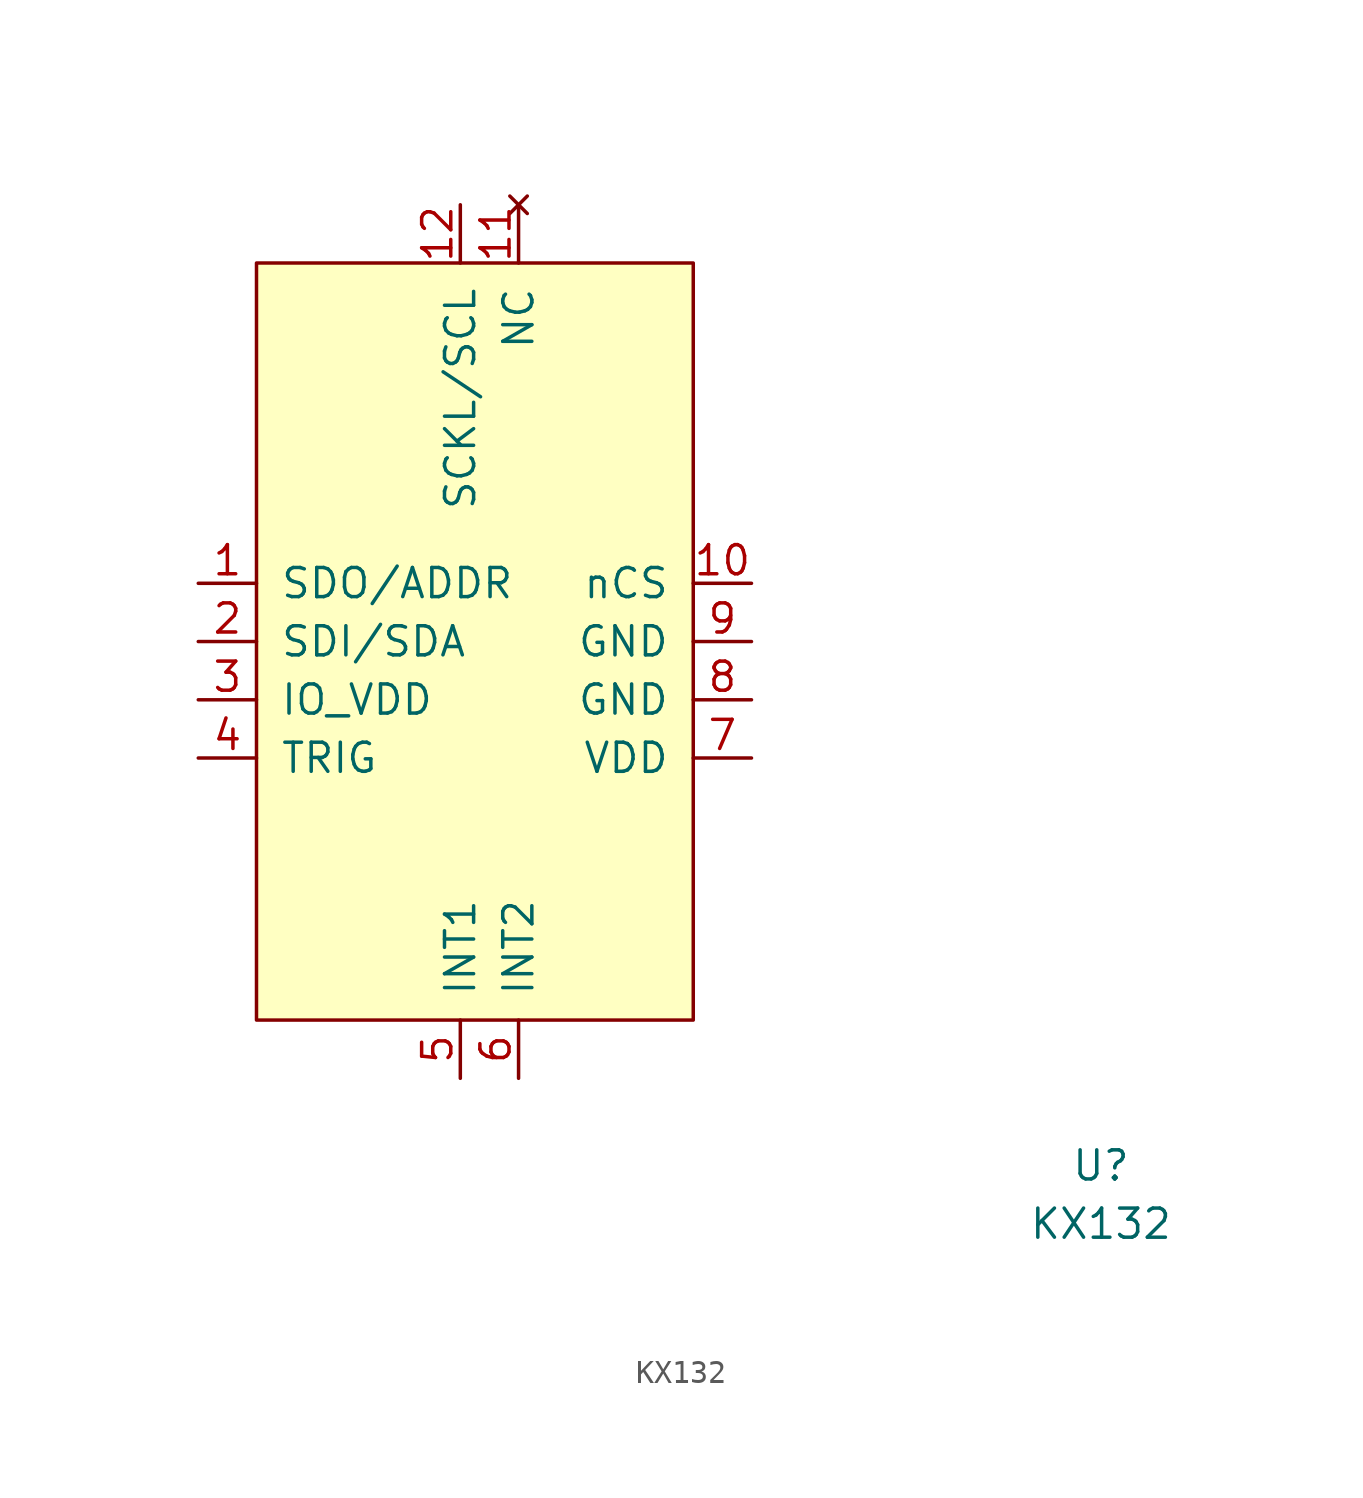
<source format=kicad_sym>
(kicad_symbol_lib
  (version 20220914)
  (generator kicad_symbol_editor)
  (symbol "KX132"
    (pin_names
      (offset 1.016))
    (property "Reference" "U"
      (at 26.67 -21.59 0)
      (effects (font (size 1.27 1.27))))
    (property "Value" "KX132"
      (at 26.67 -24.13 0)
      (effects (font (size 1.27 1.27))))
    (symbol "KX132_0_1"
      (rectangle (start -10.16 17.78) (end 8.89 -15.24) (stroke (width 0) (type solid)) (fill (type background))))
    (symbol "KX132_1_1"
      (pin input line (at -12.7 3.81 0) (length 2.54) (name "SDO/ADDR" (effects (font (size 1.27 1.27)))) (number "1" (effects (font (size 1.27 1.27)))))
      (pin input line (at 11.43 3.81 180) (length 2.54) (name "nCS" (effects (font (size 1.27 1.27)))) (number "10" (effects (font (size 1.27 1.27)))))
      (pin no_connect line (at 1.27 20.32 270) (length 2.54) (name "NC" (effects (font (size 1.27 1.27)))) (number "11" (effects (font (size 1.27 1.27)))))
      (pin input line (at -1.27 20.32 270) (length 2.54) (name "SCKL/SCL" (effects (font (size 1.27 1.27)))) (number "12" (effects (font (size 1.27 1.27)))))
      (pin input line (at -12.7 1.27 0) (length 2.54) (name "SDI/SDA" (effects (font (size 1.27 1.27)))) (number "2" (effects (font (size 1.27 1.27)))))
      (pin power_in line (at -12.7 -1.27 0) (length 2.54) (name "IO_VDD" (effects (font (size 1.27 1.27)))) (number "3" (effects (font (size 1.27 1.27)))))
      (pin input line (at -12.7 -3.81 0) (length 2.54) (name "TRIG" (effects (font (size 1.27 1.27)))) (number "4" (effects (font (size 1.27 1.27)))))
      (pin output line (at -1.27 -17.78 90) (length 2.54) (name "INT1" (effects (font (size 1.27 1.27)))) (number "5" (effects (font (size 1.27 1.27)))))
      (pin output line (at 1.27 -17.78 90) (length 2.54) (name "INT2" (effects (font (size 1.27 1.27)))) (number "6" (effects (font (size 1.27 1.27)))))
      (pin power_in line (at 11.43 -3.81 180) (length 2.54) (name "VDD" (effects (font (size 1.27 1.27)))) (number "7" (effects (font (size 1.27 1.27)))))
      (pin power_in line (at 11.43 -1.27 180) (length 2.54) (name "GND" (effects (font (size 1.27 1.27)))) (number "8" (effects (font (size 1.27 1.27)))))
      (pin power_in line (at 11.43 1.27 180) (length 2.54) (name "GND" (effects (font (size 1.27 1.27)))) (number "9" (effects (font (size 1.27 1.27))))))))
</source>
